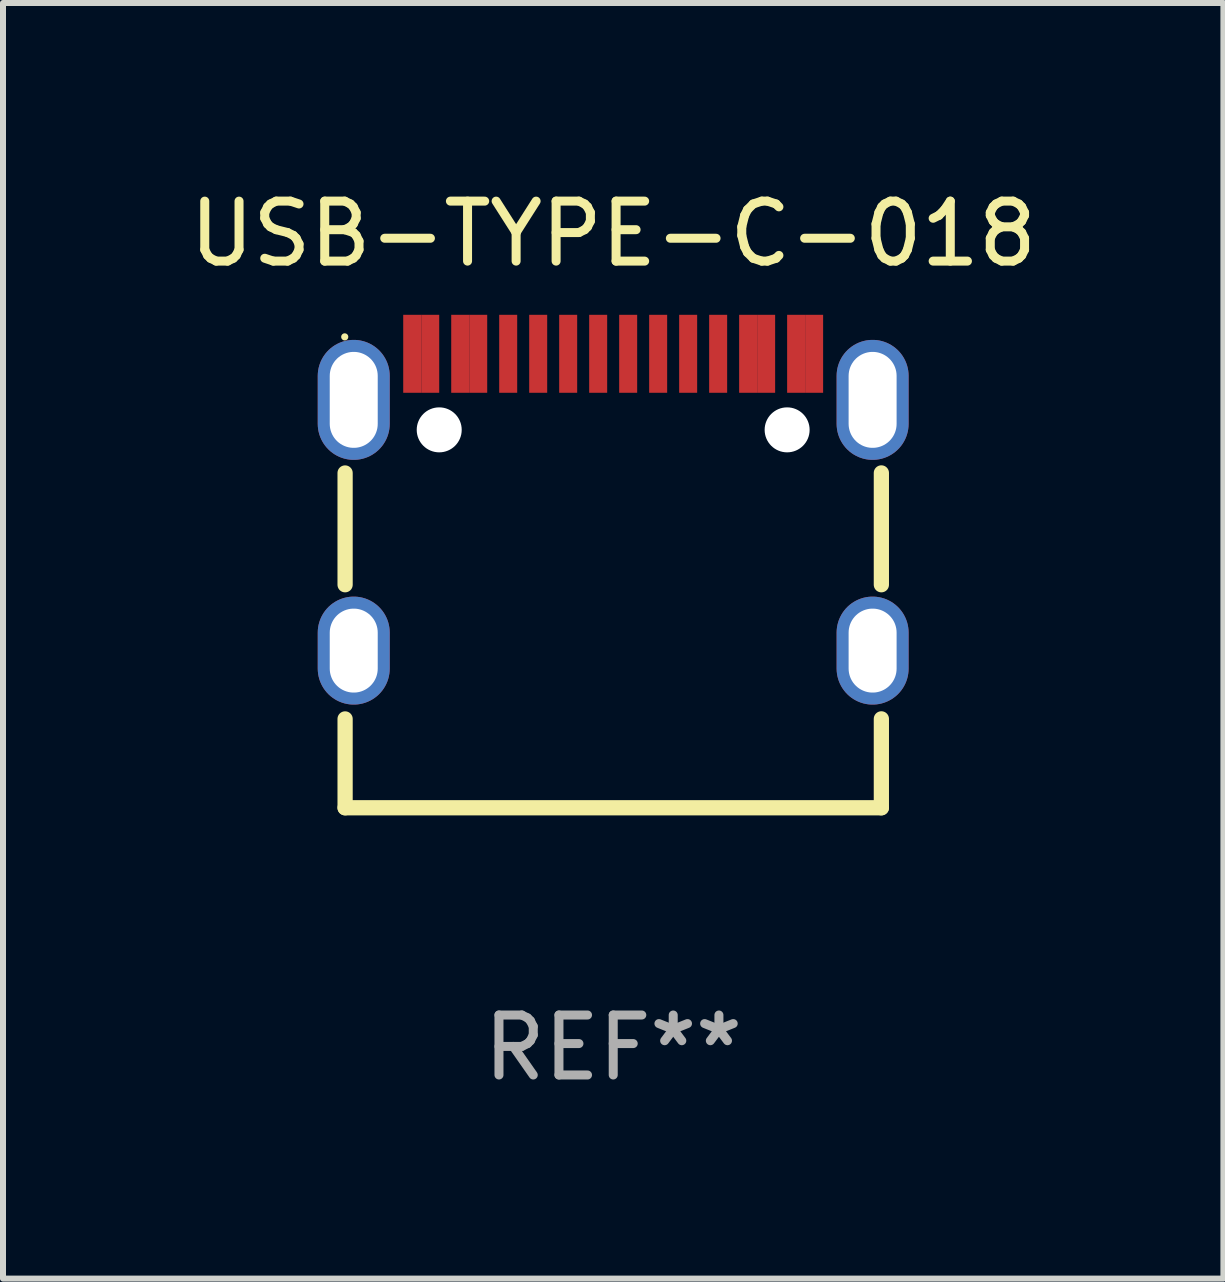
<source format=kicad_pcb>
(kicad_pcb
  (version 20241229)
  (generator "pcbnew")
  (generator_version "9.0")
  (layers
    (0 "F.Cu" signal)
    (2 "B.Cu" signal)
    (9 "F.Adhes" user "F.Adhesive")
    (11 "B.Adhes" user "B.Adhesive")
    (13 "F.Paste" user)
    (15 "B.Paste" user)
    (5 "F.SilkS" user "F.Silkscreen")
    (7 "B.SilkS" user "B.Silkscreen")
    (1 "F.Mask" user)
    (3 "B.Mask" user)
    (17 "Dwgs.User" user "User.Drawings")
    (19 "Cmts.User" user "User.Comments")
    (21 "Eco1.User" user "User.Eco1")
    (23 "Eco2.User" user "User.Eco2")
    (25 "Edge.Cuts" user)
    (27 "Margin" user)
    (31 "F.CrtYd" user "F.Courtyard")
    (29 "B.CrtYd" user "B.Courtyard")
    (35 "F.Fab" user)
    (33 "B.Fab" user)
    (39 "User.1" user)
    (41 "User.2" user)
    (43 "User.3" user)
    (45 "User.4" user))
  (footprint "USB-TYPE-C-018"
    (layer "F.Cu")
    (at 7.172 5.322)
    (property "Reference" "USB-TYPE-C-018" (at 0.001 -4.474 0) (layer "F.SilkS") (effects (font (size 1 1) (thickness 0.15))))
    (attr through_hole)
    (fp_line (start -4.469 1.376) (end -4.469 -0.487) (stroke (width 0.254) (type solid)) (layer "F.SilkS"))
    (fp_line (start -4.469 5.094) (end -4.469 3.613) (stroke (width 0.254) (type solid)) (layer "F.SilkS"))
    (fp_line (start 4.471 1.376) (end 4.471 -0.488) (stroke (width 0.254) (type solid)) (layer "F.SilkS"))
    (fp_line (start 4.471 5.094) (end -4.469 5.094) (stroke (width 0.254) (type solid)) (layer "F.SilkS"))
    (fp_line (start 4.471 5.094) (end 4.471 3.612) (stroke (width 0.254) (type solid)) (layer "F.SilkS"))
    (fp_circle (center -4.475 -2.756) (end -4.445 -2.756) (stroke (width 0.06) (type solid)) (fill no) (layer "F.SilkS"))
    (fp_circle (center -2.9 -1.206) (end -2.775 -1.206) (stroke (width 0.25) (type solid)) (fill no) (layer "F.Fab"))
    (fp_circle (center 2.9 -1.206) (end 3.025 -1.206) (stroke (width 0.25) (type solid)) (fill no) (layer "F.Fab"))
    (fp_text user "REF**" (at 0.001 9.094 0) (layer "F.Fab") (effects (font (size 1 1) (thickness 0.15))))
    (pad "" np_thru_hole circle (at -2.9 -1.206) (size 0.75 0.75) (drill 0.75) (layers "*.Cu" "*.Mask"))
    (pad "" np_thru_hole circle (at 2.9 -1.206) (size 0.75 0.75) (drill 0.75) (layers "*.Cu" "*.Mask"))
    (pad "0" thru_hole oval (at -4.325 -1.706) (size 1.2 2) (drill oval 0.8 1.6) (layers "*.Cu" "*.Mask"))
    (pad "1" thru_hole oval (at 4.325 -1.706) (size 1.2 2) (drill oval 0.8 1.6) (layers "*.Cu" "*.Mask"))
    (pad "2" thru_hole oval (at 4.325 2.474) (size 1.2 1.8) (drill oval 0.8 1.4) (layers "*.Cu" "*.Mask"))
    (pad "3" thru_hole oval (at -4.325 2.474) (size 1.2 1.8) (drill oval 0.8 1.4) (layers "*.Cu" "*.Mask"))
    (pad "A1" smd rect (at -3.35 -2.474) (size 0.3 1.3) (layers "F.Cu" "F.Mask" "F.Paste"))
    (pad "A4" smd rect (at -2.55 -2.474) (size 0.3 1.3) (layers "F.Cu" "F.Mask" "F.Paste"))
    (pad "A5" smd rect (at -1.25 -2.474) (size 0.3 1.3) (layers "F.Cu" "F.Mask" "F.Paste"))
    (pad "A6" smd rect (at -0.25 -2.474) (size 0.3 1.3) (layers "F.Cu" "F.Mask" "F.Paste"))
    (pad "A7" smd rect (at 0.25 -2.474) (size 0.3 1.3) (layers "F.Cu" "F.Mask" "F.Paste"))
    (pad "A8" smd rect (at 1.25 -2.474) (size 0.3 1.3) (layers "F.Cu" "F.Mask" "F.Paste"))
    (pad "A9" smd rect (at 2.55 -2.474) (size 0.3 1.3) (layers "F.Cu" "F.Mask" "F.Paste"))
    (pad "A12" smd rect (at 3.35 -2.474) (size 0.3 1.3) (layers "F.Cu" "F.Mask" "F.Paste"))
    (pad "B1" smd rect (at 3.05 -2.474) (size 0.3 1.3) (layers "F.Cu" "F.Mask" "F.Paste"))
    (pad "B4" smd rect (at 2.25 -2.474) (size 0.3 1.3) (layers "F.Cu" "F.Mask" "F.Paste"))
    (pad "B5" smd rect (at 1.75 -2.474) (size 0.3 1.3) (layers "F.Cu" "F.Mask" "F.Paste"))
    (pad "B6" smd rect (at 0.75 -2.474) (size 0.3 1.3) (layers "F.Cu" "F.Mask" "F.Paste"))
    (pad "B7" smd rect (at -0.75 -2.474) (size 0.3 1.3) (layers "F.Cu" "F.Mask" "F.Paste"))
    (pad "B8" smd rect (at -1.75 -2.474) (size 0.3 1.3) (layers "F.Cu" "F.Mask" "F.Paste"))
    (pad "B9" smd rect (at -2.25 -2.474) (size 0.3 1.3) (layers "F.Cu" "F.Mask" "F.Paste"))
    (pad "B12" smd rect (at -3.05 -2.474) (size 0.3 1.3) (layers "F.Cu" "F.Mask" "F.Paste")))
  (gr_rect
    (start -3 -3)
    (end 17.345 18.265)
    (stroke (width 0.1) (type default))
    (fill no)
    (layer "Edge.Cuts")))
</source>
